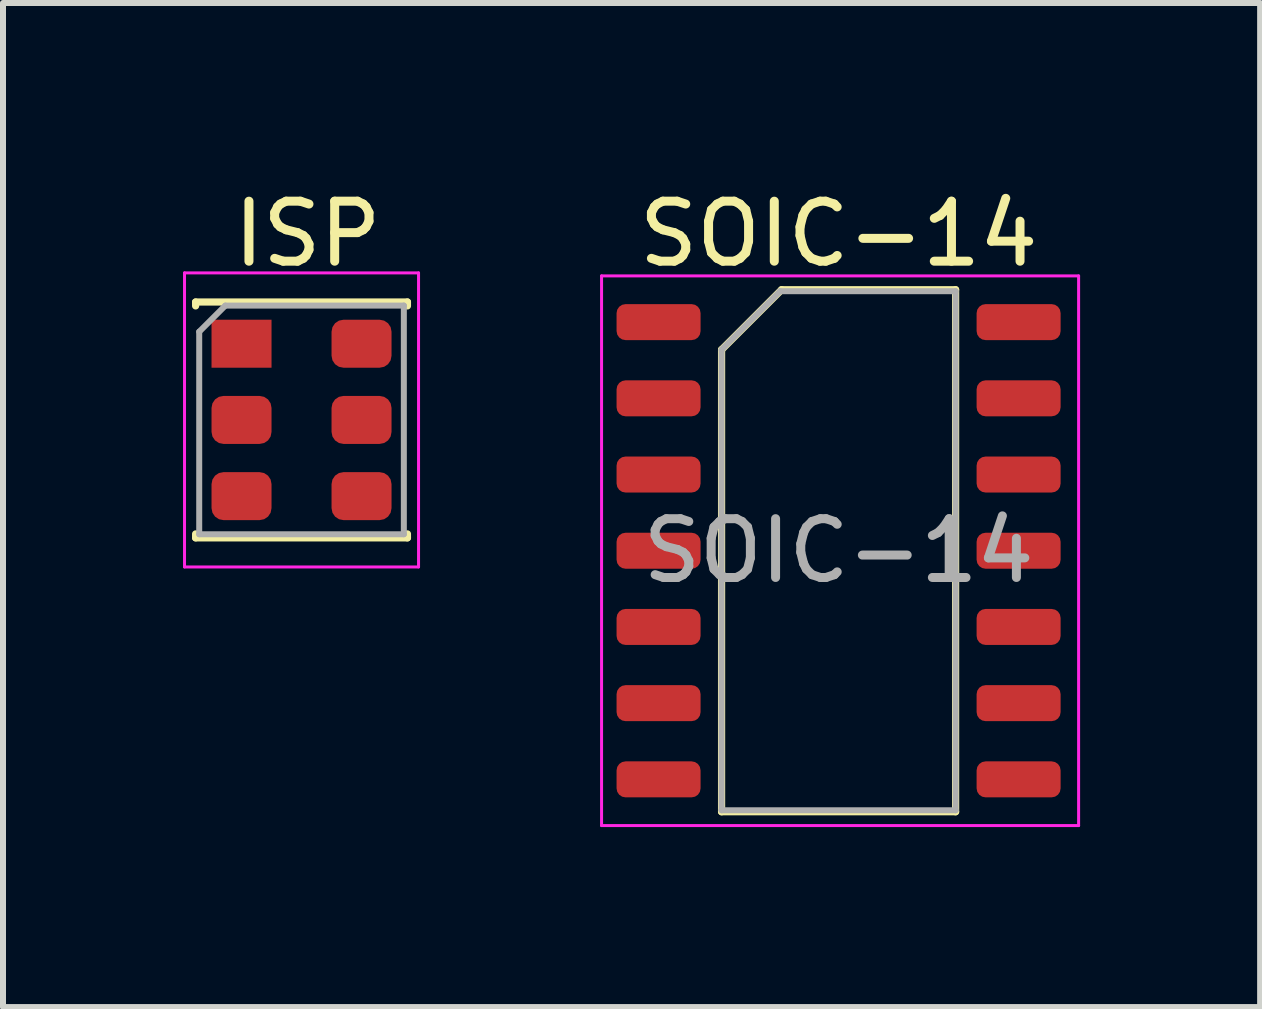
<source format=kicad_pcb>
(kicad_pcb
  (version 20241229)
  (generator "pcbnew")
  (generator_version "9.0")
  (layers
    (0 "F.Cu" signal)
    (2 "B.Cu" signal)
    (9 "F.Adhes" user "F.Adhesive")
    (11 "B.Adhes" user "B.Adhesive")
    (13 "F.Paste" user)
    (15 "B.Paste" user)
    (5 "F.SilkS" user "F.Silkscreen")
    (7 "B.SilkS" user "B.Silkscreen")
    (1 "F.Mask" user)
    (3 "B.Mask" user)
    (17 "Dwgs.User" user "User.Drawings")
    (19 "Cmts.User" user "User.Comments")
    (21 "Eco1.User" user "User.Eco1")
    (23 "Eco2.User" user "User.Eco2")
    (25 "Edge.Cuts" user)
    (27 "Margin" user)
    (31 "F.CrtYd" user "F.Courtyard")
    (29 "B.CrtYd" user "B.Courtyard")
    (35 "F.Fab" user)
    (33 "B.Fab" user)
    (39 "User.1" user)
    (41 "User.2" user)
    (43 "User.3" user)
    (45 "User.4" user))
  (footprint "SOIC-14"
    (layer "F.Cu")
    (at 10.925 6.128)
    (property "Reference" "SOIC-14" (at 0 -5.28 0) (layer "F.SilkS") (effects (font (size 1 1) (thickness 0.15))))
    (attr smd)
    (fp_line (start -1.95 -3.35) (end -1.95 4.35) (stroke (width 0.12) (type solid)) (layer "F.SilkS"))
    (fp_line (start -1.95 4.35) (end 1.95 4.35) (stroke (width 0.12) (type solid)) (layer "F.SilkS"))
    (fp_line (start -0.95 -4.35) (end -1.95 -3.35) (stroke (width 0.12) (type solid)) (layer "F.SilkS"))
    (fp_line (start 1.95 -4.35) (end -0.95 -4.35) (stroke (width 0.12) (type solid)) (layer "F.SilkS"))
    (fp_line (start 1.95 4.35) (end 1.95 -4.35) (stroke (width 0.12) (type solid)) (layer "F.SilkS"))
    (fp_line (start -3.95 -4.58) (end -3.95 4.58) (stroke (width 0.05) (type solid)) (layer "F.CrtYd"))
    (fp_line (start -3.95 4.58) (end 4 4.58) (stroke (width 0.05) (type solid)) (layer "F.CrtYd"))
    (fp_line (start 4 -4.58) (end -3.95 -4.58) (stroke (width 0.05) (type solid)) (layer "F.CrtYd"))
    (fp_line (start 4 4.58) (end 4 -4.58) (stroke (width 0.05) (type solid)) (layer "F.CrtYd"))
    (fp_line (start -1.95 -3.35) (end -0.975 -4.325) (stroke (width 0.1) (type solid)) (layer "F.Fab"))
    (fp_line (start -1.95 4.325) (end -1.95 -3.35) (stroke (width 0.1) (type solid)) (layer "F.Fab"))
    (fp_line (start -0.975 -4.325) (end 1.95 -4.325) (stroke (width 0.1) (type solid)) (layer "F.Fab"))
    (fp_line (start 1.95 -4.325) (end 1.95 4.325) (stroke (width 0.1) (type solid)) (layer "F.Fab"))
    (fp_line (start 1.95 4.325) (end -1.95 4.325) (stroke (width 0.1) (type solid)) (layer "F.Fab"))
    (fp_text user "${REFERENCE}" (at 0 0 0) (layer "F.Fab") (effects (font (size 0.98 0.98) (thickness 0.15))))
    (pad "1" smd roundrect (at -3 -3.81) (size 1.4 0.6) (layers "F.Cu" "F.Mask" "F.Paste") (roundrect_rratio 0.25))
    (pad "2" smd roundrect (at -3 -2.54) (size 1.4 0.6) (layers "F.Cu" "F.Mask" "F.Paste") (roundrect_rratio 0.25))
    (pad "3" smd roundrect (at -3 -1.27) (size 1.4 0.6) (layers "F.Cu" "F.Mask" "F.Paste") (roundrect_rratio 0.25))
    (pad "4" smd roundrect (at -3 0) (size 1.4 0.6) (layers "F.Cu" "F.Mask" "F.Paste") (roundrect_rratio 0.25))
    (pad "5" smd roundrect (at -3 1.27) (size 1.4 0.6) (layers "F.Cu" "F.Mask" "F.Paste") (roundrect_rratio 0.25))
    (pad "6" smd roundrect (at -3 2.54) (size 1.4 0.6) (layers "F.Cu" "F.Mask" "F.Paste") (roundrect_rratio 0.25))
    (pad "7" smd roundrect (at -3 3.81) (size 1.4 0.6) (layers "F.Cu" "F.Mask" "F.Paste") (roundrect_rratio 0.25))
    (pad "8" smd roundrect (at 3 3.81) (size 1.4 0.6) (layers "F.Cu" "F.Mask" "F.Paste") (roundrect_rratio 0.25))
    (pad "9" smd roundrect (at 3 2.54) (size 1.4 0.6) (layers "F.Cu" "F.Mask" "F.Paste") (roundrect_rratio 0.25))
    (pad "10" smd roundrect (at 3 1.27) (size 1.4 0.6) (layers "F.Cu" "F.Mask" "F.Paste") (roundrect_rratio 0.25))
    (pad "11" smd roundrect (at 3 0) (size 1.4 0.6) (layers "F.Cu" "F.Mask" "F.Paste") (roundrect_rratio 0.25))
    (pad "12" smd roundrect (at 3 -1.27) (size 1.4 0.6) (layers "F.Cu" "F.Mask" "F.Paste") (roundrect_rratio 0.25))
    (pad "13" smd roundrect (at 3 -2.54) (size 1.4 0.6) (layers "F.Cu" "F.Mask" "F.Paste") (roundrect_rratio 0.25))
    (pad "14" smd roundrect (at 3 -3.81) (size 1.4 0.6) (layers "F.Cu" "F.Mask" "F.Paste") (roundrect_rratio 0.25)))
  (footprint "ISP"
    (layer "F.Cu")
    (at 1.975 3.948)
    (property "Reference" "ISP" (at 0.1 -3.1 0) (layer "F.SilkS") (effects (font (size 1 1) (thickness 0.15))))
    (attr smd)
    (fp_line (start -1.765 -1.965) (end -1.765 -1.9) (stroke (width 0.12) (type solid)) (layer "F.SilkS"))
    (fp_line (start -1.765 -1.965) (end 1.765 -1.965) (stroke (width 0.12) (type solid)) (layer "F.SilkS"))
    (fp_line (start -1.765 1.9) (end -1.765 1.965) (stroke (width 0.12) (type solid)) (layer "F.SilkS"))
    (fp_line (start -1.765 1.965) (end 1.765 1.965) (stroke (width 0.12) (type solid)) (layer "F.SilkS"))
    (fp_line (start 1.765 -1.965) (end 1.765 -1.9) (stroke (width 0.12) (type solid)) (layer "F.SilkS"))
    (fp_line (start 1.765 1.9) (end 1.765 1.965) (stroke (width 0.12) (type solid)) (layer "F.SilkS"))
    (fp_line (start -1.95 -2.45) (end -1.95 2.45) (stroke (width 0.05) (type solid)) (layer "F.CrtYd"))
    (fp_line (start -1.95 2.45) (end 1.95 2.45) (stroke (width 0.05) (type solid)) (layer "F.CrtYd"))
    (fp_line (start 1.95 -2.45) (end -1.95 -2.45) (stroke (width 0.05) (type solid)) (layer "F.CrtYd"))
    (fp_line (start 1.95 2.45) (end 1.95 -2.45) (stroke (width 0.05) (type solid)) (layer "F.CrtYd"))
    (fp_line (start -1.705 -1.47) (end -1.27 -1.905) (stroke (width 0.1) (type solid)) (layer "F.Fab"))
    (fp_line (start -1.705 1.905) (end -1.705 -1.47) (stroke (width 0.1) (type solid)) (layer "F.Fab"))
    (fp_line (start -1.27 -1.905) (end 1.705 -1.905) (stroke (width 0.1) (type solid)) (layer "F.Fab"))
    (fp_line (start 1.705 -1.905) (end 1.705 1.905) (stroke (width 0.1) (type solid)) (layer "F.Fab"))
    (fp_line (start 1.705 1.905) (end -1.705 1.905) (stroke (width 0.1) (type solid)) (layer "F.Fab"))
    (pad "1" smd rect (at -1 -1.27) (size 1 0.8) (layers "F.Cu" "F.Mask" "F.Paste"))
    (pad "2" smd roundrect (at 1 -1.27) (size 1 0.8) (layers "F.Cu" "F.Mask" "F.Paste") (roundrect_rratio 0.25))
    (pad "3" smd roundrect (at -1 0) (size 1 0.8) (layers "F.Cu" "F.Mask" "F.Paste") (roundrect_rratio 0.25))
    (pad "4" smd roundrect (at 1 0) (size 1 0.8) (layers "F.Cu" "F.Mask" "F.Paste") (roundrect_rratio 0.25))
    (pad "5" smd roundrect (at -1 1.27) (size 1 0.8) (layers "F.Cu" "F.Mask" "F.Paste") (roundrect_rratio 0.25))
    (pad "6" smd roundrect (at 1 1.27) (size 1 0.8) (layers "F.Cu" "F.Mask" "F.Paste") (roundrect_rratio 0.25)))
  (gr_rect
    (start -3 -3)
    (end 17.95 13.733)
    (stroke (width 0.1) (type default))
    (fill no)
    (layer "Edge.Cuts")))
</source>
